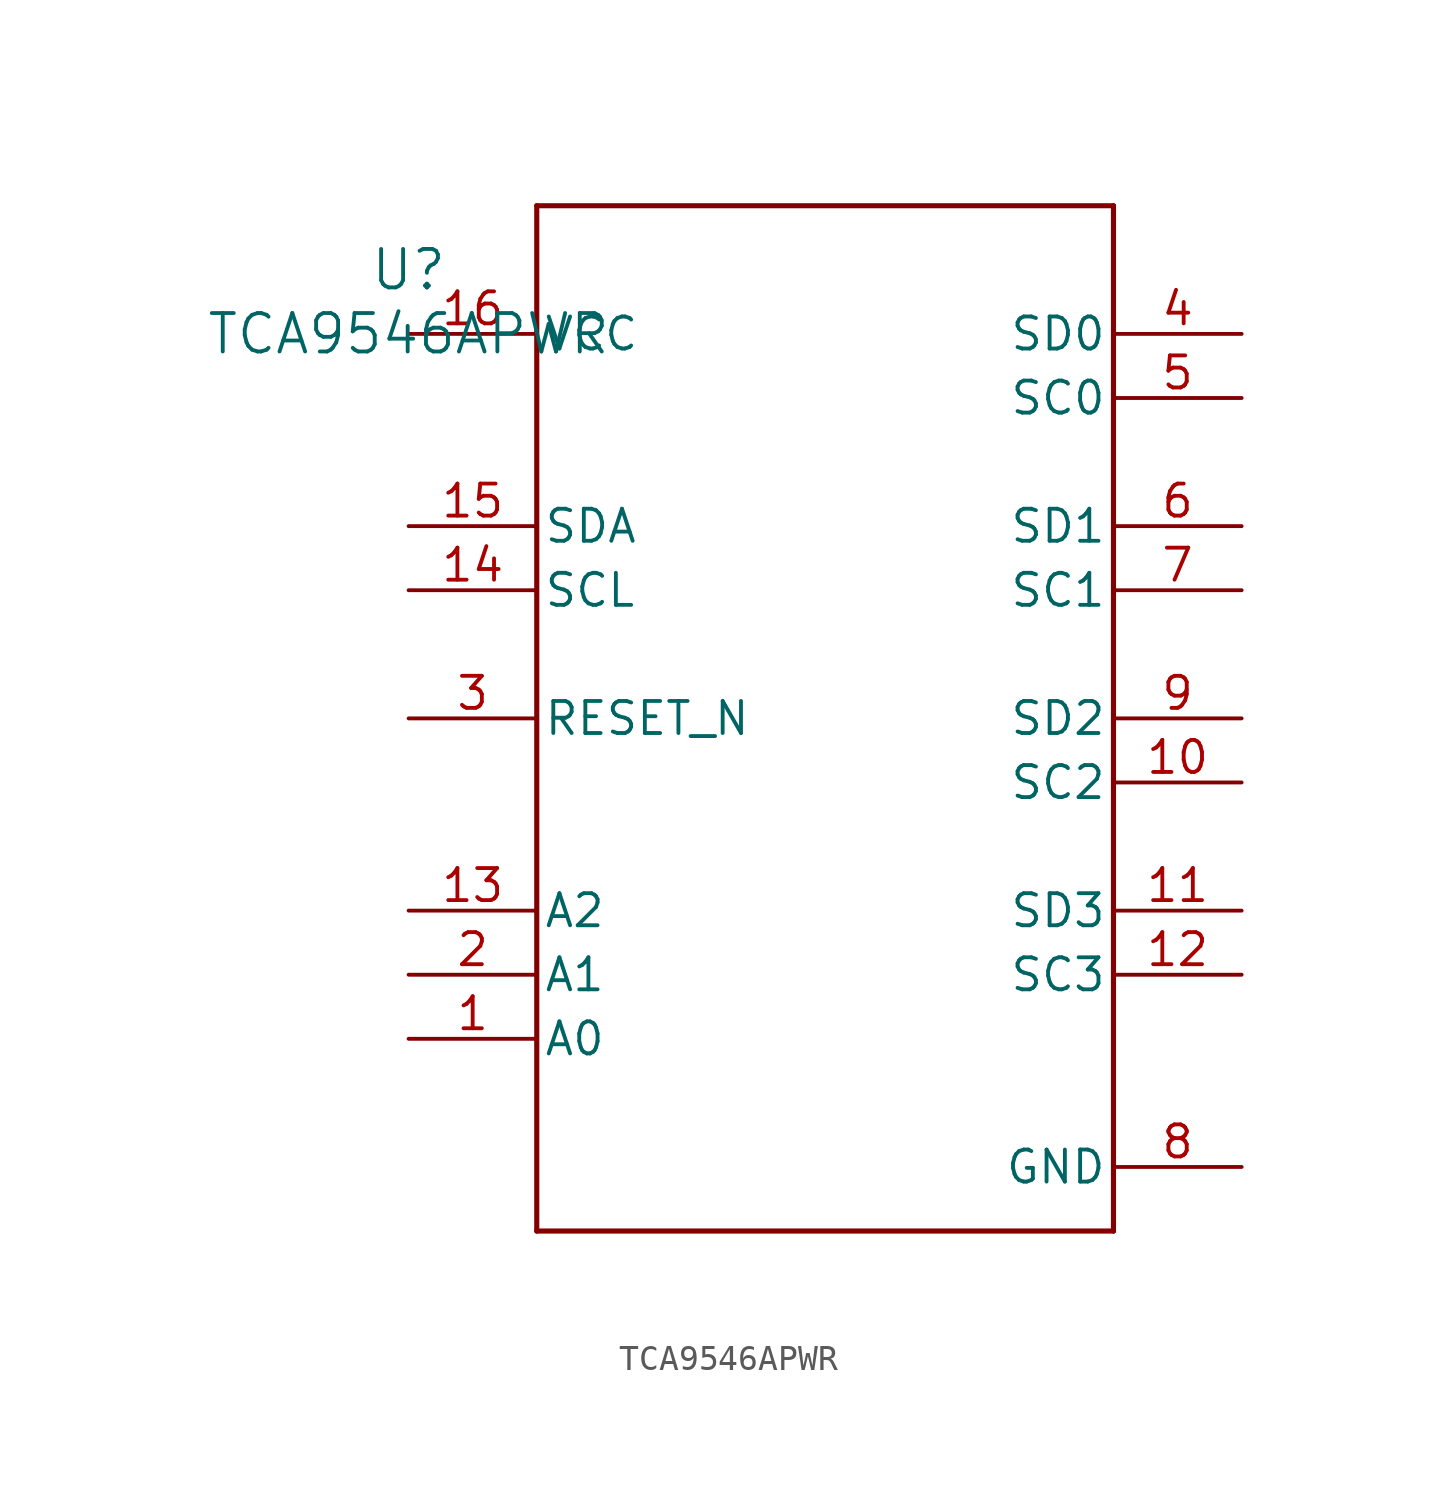
<source format=kicad_sym>
(kicad_symbol_lib
  (version 20211014)
  (generator kicad_symbol_editor)
  (symbol "TCA9546APWR"
    (pin_names
      (offset 0.254))
    (property "Reference" "U"
      (at 0 2.54 0)
      (effects (font (size 1.524 1.524))))
    (property "Value" "TCA9546APWR"
      (at 0 0 0)
      (effects (font (size 1.524 1.524))))
    (symbol "TCA9546APWR_0_1"
      (polyline (pts (xy 5.08 -35.56) (xy 27.94 -35.56)) (stroke (width 0.203) (type default) (color 0 0 0 0)) (fill (type none)))
      (polyline (pts (xy 27.94 -35.56) (xy 27.94 5.08)) (stroke (width 0.203) (type default) (color 0 0 0 0)) (fill (type none)))
      (polyline (pts (xy 27.94 5.08) (xy 5.08 5.08)) (stroke (width 0.203) (type default) (color 0 0 0 0)) (fill (type none)))
      (polyline (pts (xy 5.08 5.08) (xy 5.08 -35.56)) (stroke (width 0.203) (type default) (color 0 0 0 0)) (fill (type none)))
      (pin input line (at 0 -27.94 0) (length 5.08) (name "A0" (effects (font (size 1.27 1.27)))) (number "1" (effects (font (size 1.27 1.27)))))
      (pin input line (at 0 -25.4 0) (length 5.08) (name "A1" (effects (font (size 1.27 1.27)))) (number "2" (effects (font (size 1.27 1.27)))))
      (pin input line (at 0 -15.24 0) (length 5.08) (name "RESET_N" (effects (font (size 1.27 1.27)))) (number "3" (effects (font (size 1.27 1.27)))))
      (pin bidirectional line (at 33.02 0 180) (length 5.08) (name "SD0" (effects (font (size 1.27 1.27)))) (number "4" (effects (font (size 1.27 1.27)))))
      (pin bidirectional line (at 33.02 -2.54 180) (length 5.08) (name "SC0" (effects (font (size 1.27 1.27)))) (number "5" (effects (font (size 1.27 1.27)))))
      (pin bidirectional line (at 33.02 -7.62 180) (length 5.08) (name "SD1" (effects (font (size 1.27 1.27)))) (number "6" (effects (font (size 1.27 1.27)))))
      (pin bidirectional line (at 33.02 -10.16 180) (length 5.08) (name "SC1" (effects (font (size 1.27 1.27)))) (number "7" (effects (font (size 1.27 1.27)))))
      (pin power_in line (at 33.02 -33.02 180) (length 5.08) (name "GND" (effects (font (size 1.27 1.27)))) (number "8" (effects (font (size 1.27 1.27)))))
      (pin bidirectional line (at 33.02 -15.24 180) (length 5.08) (name "SD2" (effects (font (size 1.27 1.27)))) (number "9" (effects (font (size 1.27 1.27)))))
      (pin bidirectional line (at 33.02 -17.78 180) (length 5.08) (name "SC2" (effects (font (size 1.27 1.27)))) (number "10" (effects (font (size 1.27 1.27)))))
      (pin bidirectional line (at 33.02 -22.86 180) (length 5.08) (name "SD3" (effects (font (size 1.27 1.27)))) (number "11" (effects (font (size 1.27 1.27)))))
      (pin bidirectional line (at 33.02 -25.4 180) (length 5.08) (name "SC3" (effects (font (size 1.27 1.27)))) (number "12" (effects (font (size 1.27 1.27)))))
      (pin input line (at 0 -22.86 0) (length 5.08) (name "A2" (effects (font (size 1.27 1.27)))) (number "13" (effects (font (size 1.27 1.27)))))
      (pin bidirectional line (at 0 -10.16 0) (length 5.08) (name "SCL" (effects (font (size 1.27 1.27)))) (number "14" (effects (font (size 1.27 1.27)))))
      (pin bidirectional line (at 0 -7.62 0) (length 5.08) (name "SDA" (effects (font (size 1.27 1.27)))) (number "15" (effects (font (size 1.27 1.27)))))
      (pin power_in line (at 0 0 0) (length 5.08) (name "VCC" (effects (font (size 1.27 1.27)))) (number "16" (effects (font (size 1.27 1.27))))))))
</source>
